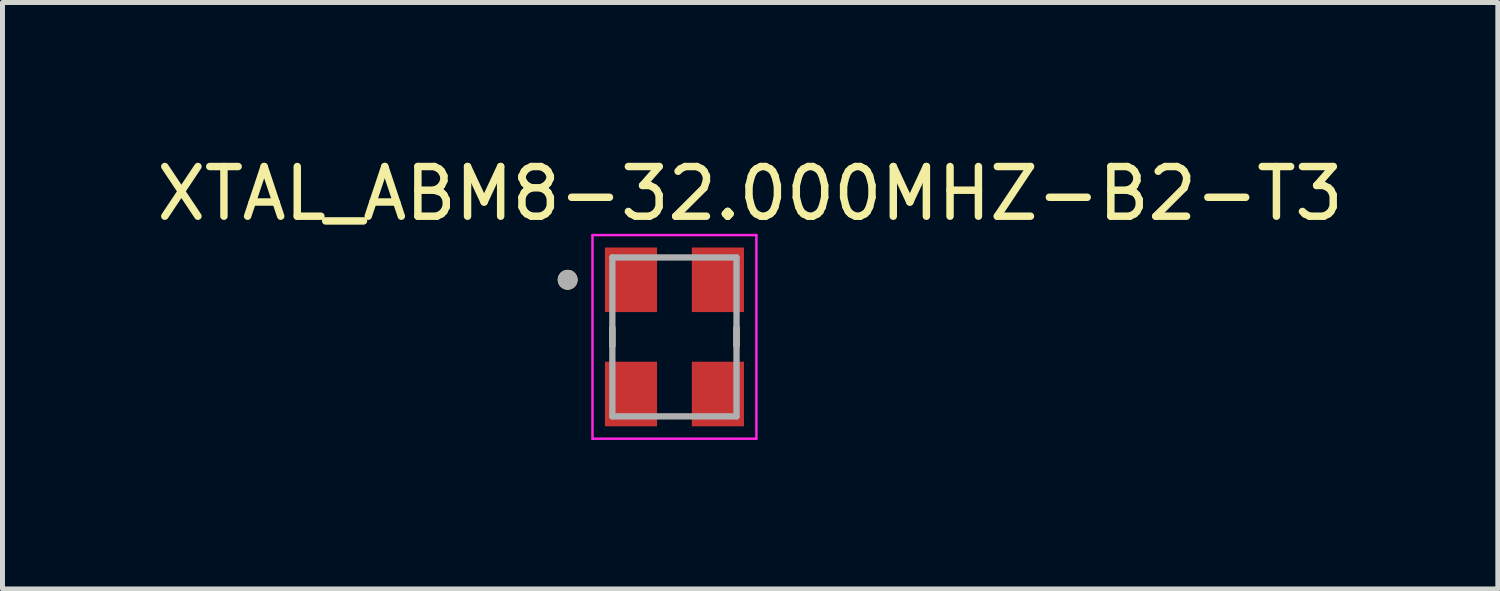
<source format=kicad_pcb>
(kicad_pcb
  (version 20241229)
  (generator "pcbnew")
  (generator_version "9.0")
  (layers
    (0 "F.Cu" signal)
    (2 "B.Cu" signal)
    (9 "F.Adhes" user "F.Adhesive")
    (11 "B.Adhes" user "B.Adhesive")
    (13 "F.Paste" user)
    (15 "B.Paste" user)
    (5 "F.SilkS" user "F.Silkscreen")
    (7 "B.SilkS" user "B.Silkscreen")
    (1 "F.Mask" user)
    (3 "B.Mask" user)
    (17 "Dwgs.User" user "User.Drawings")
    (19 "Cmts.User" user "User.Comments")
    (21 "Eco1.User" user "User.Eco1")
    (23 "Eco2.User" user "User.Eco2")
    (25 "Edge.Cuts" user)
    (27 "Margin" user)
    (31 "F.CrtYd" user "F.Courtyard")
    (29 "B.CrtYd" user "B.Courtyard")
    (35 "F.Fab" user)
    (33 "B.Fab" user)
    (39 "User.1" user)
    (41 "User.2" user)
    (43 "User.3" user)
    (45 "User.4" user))
  (footprint "XTAL_ABM8-32.000MHZ-B2-T3"
    (layer "F.Cu")
    (at 10.529 3.733)
    (property "Reference" "XTAL_ABM8-32.000MHZ-B2-T3" (at 1.525 -2.885 0) (layer "F.SilkS") (effects (font (size 1 1) (thickness 0.15))))
    (attr smd)
    (fp_line (start -1.25 -0.18) (end -1.25 0.18) (stroke (width 0.127) (type solid)) (layer "F.SilkS"))
    (fp_line (start 1.25 -0.18) (end 1.25 0.18) (stroke (width 0.127) (type solid)) (layer "F.SilkS"))
    (fp_circle (center -2.15 -1.15) (end -2.05 -1.15) (stroke (width 0.2) (type solid)) (fill no) (layer "F.SilkS"))
    (fp_line (start -1.65 -2.05) (end -1.65 2.05) (stroke (width 0.05) (type solid)) (layer "F.CrtYd"))
    (fp_line (start -1.65 -2.05) (end 1.65 -2.05) (stroke (width 0.05) (type solid)) (layer "F.CrtYd"))
    (fp_line (start 1.65 -2.05) (end 1.65 2.05) (stroke (width 0.05) (type solid)) (layer "F.CrtYd"))
    (fp_line (start 1.65 2.05) (end -1.65 2.05) (stroke (width 0.05) (type solid)) (layer "F.CrtYd"))
    (fp_line (start -1.25 -1.6) (end -1.25 1.6) (stroke (width 0.127) (type solid)) (layer "F.Fab"))
    (fp_line (start -1.25 -1.6) (end 1.25 -1.6) (stroke (width 0.127) (type solid)) (layer "F.Fab"))
    (fp_line (start 1.25 -1.6) (end 1.25 1.6) (stroke (width 0.127) (type solid)) (layer "F.Fab"))
    (fp_line (start 1.25 1.6) (end -1.25 1.6) (stroke (width 0.127) (type solid)) (layer "F.Fab"))
    (fp_circle (center -2.15 -1.15) (end -2.05 -1.15) (stroke (width 0.2) (type solid)) (fill no) (layer "F.Fab"))
    (pad "1" smd rect (at -0.875 -1.15) (size 1.05 1.3) (layers "F.Cu" "F.Mask" "F.Paste"))
    (pad "2" smd rect (at -0.875 1.15) (size 1.05 1.3) (layers "F.Cu" "F.Mask" "F.Paste"))
    (pad "3" smd rect (at 0.875 1.15) (size 1.05 1.3) (layers "F.Cu" "F.Mask" "F.Paste"))
    (pad "4" smd rect (at 0.875 -1.15) (size 1.05 1.3) (layers "F.Cu" "F.Mask" "F.Paste")))
  (gr_rect
    (start -3 -3)
    (end 27.107 8.808)
    (stroke (width 0.1) (type default))
    (fill no)
    (layer "Edge.Cuts")))
</source>
